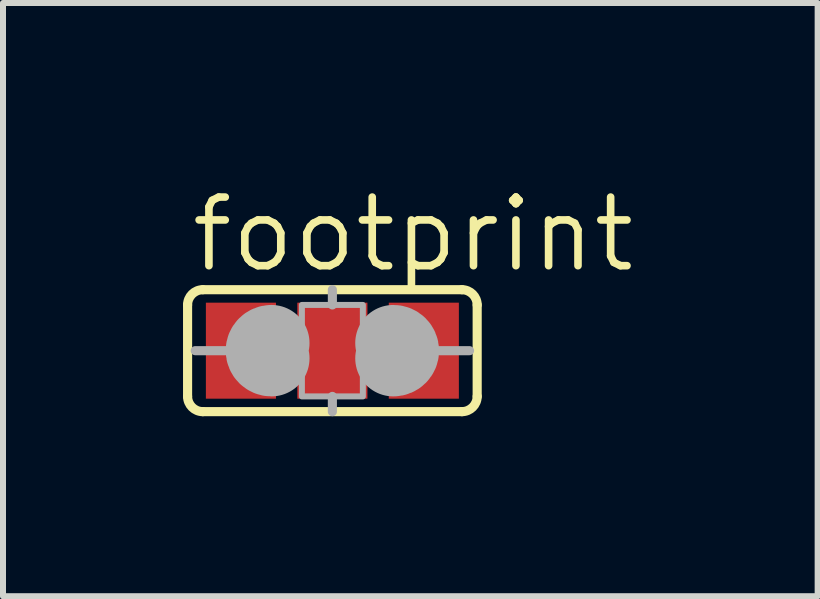
<source format=kicad_pcb>
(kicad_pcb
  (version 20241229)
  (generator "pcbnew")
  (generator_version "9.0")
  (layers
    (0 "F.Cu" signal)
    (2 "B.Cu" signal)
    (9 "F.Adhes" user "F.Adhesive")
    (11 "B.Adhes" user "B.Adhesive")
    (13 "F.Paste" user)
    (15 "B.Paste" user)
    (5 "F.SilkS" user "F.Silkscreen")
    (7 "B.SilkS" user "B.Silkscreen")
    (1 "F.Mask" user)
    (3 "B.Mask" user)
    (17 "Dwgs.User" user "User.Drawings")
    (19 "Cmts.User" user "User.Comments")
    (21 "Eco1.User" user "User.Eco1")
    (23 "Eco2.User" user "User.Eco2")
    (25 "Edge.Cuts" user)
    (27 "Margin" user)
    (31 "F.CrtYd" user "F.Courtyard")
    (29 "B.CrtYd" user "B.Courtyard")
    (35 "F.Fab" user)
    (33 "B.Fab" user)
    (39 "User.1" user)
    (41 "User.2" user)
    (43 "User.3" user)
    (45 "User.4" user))
  (footprint "footprint"
    (layer "F.Cu")
    (at 2.489 2.794)
    (property "Reference" "footprint" (at -2.413 -1.27 0) (layer "F.SilkS") (effects (font (size 1.143 1.143) (thickness 0.127)) (justify left bottom)))
    (fp_line (start -2.413 0.762) (end -2.413 -0.762) (stroke (width 0.152) (type solid)) (layer "F.SilkS"))
    (fp_line (start -2.159 -1.016) (end 2.159 -1.016) (stroke (width 0.152) (type solid)) (layer "F.SilkS"))
    (fp_line (start 2.159 1.016) (end -2.159 1.016) (stroke (width 0.152) (type solid)) (layer "F.SilkS"))
    (fp_line (start 2.413 0.762) (end 2.413 -0.762) (stroke (width 0.152) (type solid)) (layer "F.SilkS"))
    (fp_arc (start -2.413 -0.762) (mid -2.338605 -0.941605) (end -2.159 -1.016) (stroke (width 0.1524) (type solid)) (layer "F.SilkS"))
    (fp_arc (start -2.159 1.016) (mid -2.338605 0.941605) (end -2.413 0.762) (stroke (width 0.1524) (type solid)) (layer "F.SilkS"))
    (fp_arc (start 2.159 -1.016) (mid 2.338605 -0.941605) (end 2.413 -0.762) (stroke (width 0.1524) (type solid)) (layer "F.SilkS"))
    (fp_arc (start 2.413 0.762) (mid 2.338605 0.941605) (end 2.159 1.016) (stroke (width 0.1524) (type solid)) (layer "F.SilkS"))
    (fp_line (start -1.778 0) (end -2.286 0) (stroke (width 0.152) (type solid)) (layer "F.Fab"))
    (fp_line (start 0 -0.762) (end 0 -1.016) (stroke (width 0.152) (type solid)) (layer "F.Fab"))
    (fp_line (start 0 1.016) (end 0 0.762) (stroke (width 0.152) (type solid)) (layer "F.Fab"))
    (fp_line (start 1.778 0) (end 2.286 0) (stroke (width 0.152) (type solid)) (layer "F.Fab"))
    (fp_arc (start -1.016 0.127) (mid -1.143 0) (end -1.016 -0.127) (stroke (width 1.27) (type solid)) (layer "F.Fab"))
    (fp_arc (start 1.016 -0.127) (mid 1.143 0) (end 1.016 0.127) (stroke (width 1.27) (type solid)) (layer "F.Fab"))
    (fp_poly (pts (xy -0.508 0.762) (xy 0.508 0.762) (xy 0.508 -0.762) (xy -0.508 -0.762)) (stroke (width 0.1) (type solid)) (fill no) (layer "F.Fab"))
    (pad "1" smd rect (at -1.524 0) (size 1.168 1.6) (layers "F.Cu" "F.Mask" "F.Paste"))
    (pad "2" smd rect (at 0 0) (size 1.168 1.6) (layers "F.Cu" "F.Mask" "F.Paste"))
    (pad "3" smd rect (at 1.524 0) (size 1.168 1.6) (layers "F.Cu" "F.Mask" "F.Paste")))
  (gr_rect
    (start -3 -3)
    (end 10.576 6.886)
    (stroke (width 0.1) (type default))
    (fill no)
    (layer "Edge.Cuts")))
</source>
